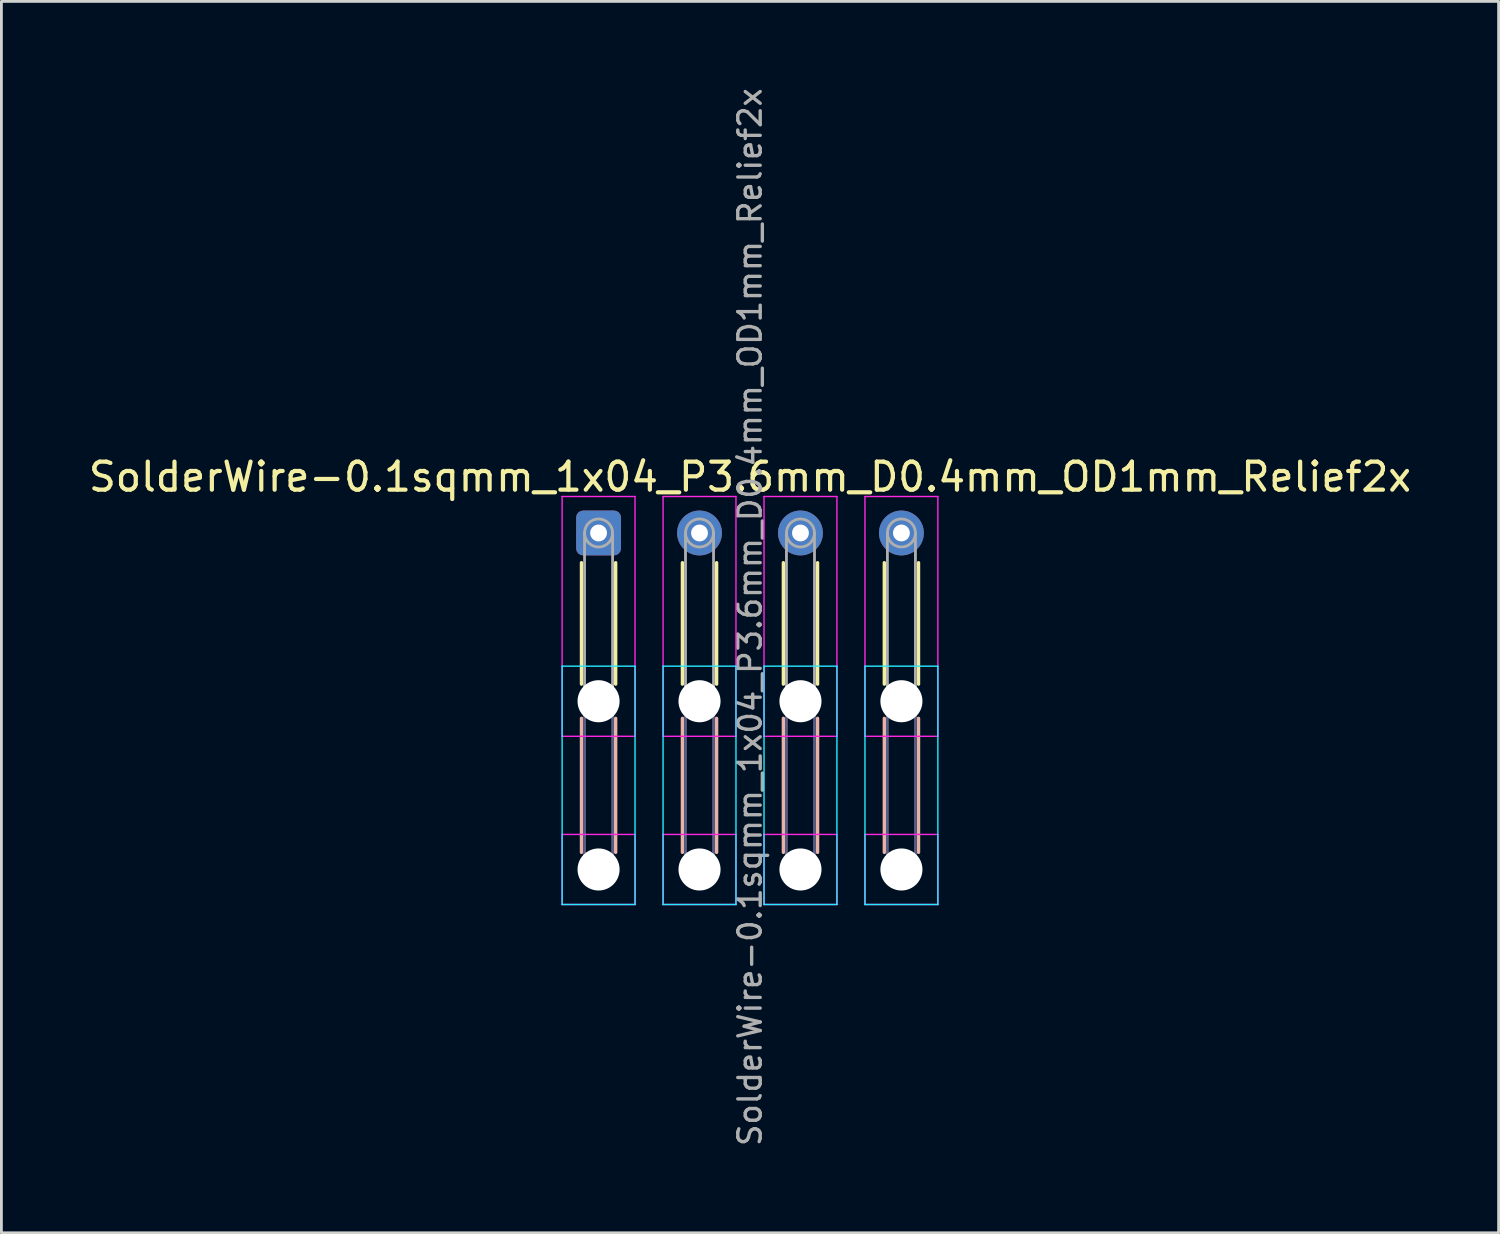
<source format=kicad_pcb>
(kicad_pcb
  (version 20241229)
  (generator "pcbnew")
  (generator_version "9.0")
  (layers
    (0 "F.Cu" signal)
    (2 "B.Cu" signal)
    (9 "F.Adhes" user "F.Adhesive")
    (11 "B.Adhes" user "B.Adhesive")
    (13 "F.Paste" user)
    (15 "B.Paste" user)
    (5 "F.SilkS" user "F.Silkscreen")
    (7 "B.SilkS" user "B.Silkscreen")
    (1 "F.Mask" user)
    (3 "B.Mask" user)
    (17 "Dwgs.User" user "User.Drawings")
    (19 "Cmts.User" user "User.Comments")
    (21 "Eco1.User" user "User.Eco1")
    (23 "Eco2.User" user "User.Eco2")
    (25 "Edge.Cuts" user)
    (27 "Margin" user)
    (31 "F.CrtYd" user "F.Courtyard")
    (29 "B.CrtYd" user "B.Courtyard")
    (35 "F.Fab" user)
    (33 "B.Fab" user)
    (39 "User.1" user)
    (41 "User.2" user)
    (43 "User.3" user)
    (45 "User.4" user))
  (footprint "SolderWire-0.1sqmm_1x04_P3.6mm_D0.4mm_OD1mm_Relief2x"
    (layer "F.Cu")
    (at 18.296 15.957)
    (property "Reference" "SolderWire-0.1sqmm_1x04_P3.6mm_D0.4mm_OD1mm_Relief2x" (at 5.4 -2 0) (layer "F.SilkS") (effects (font (size 1 1) (thickness 0.15))))
    (attr exclude_from_pos_files exclude_from_bom)
    (fp_line (start -0.61 1.06) (end -0.61 5.39) (stroke (width 0.12) (type solid)) (layer "F.SilkS"))
    (fp_line (start 0.61 1.06) (end 0.61 5.39) (stroke (width 0.12) (type solid)) (layer "F.SilkS"))
    (fp_line (start 2.99 1.06) (end 2.99 5.39) (stroke (width 0.12) (type solid)) (layer "F.SilkS"))
    (fp_line (start 4.21 1.06) (end 4.21 5.39) (stroke (width 0.12) (type solid)) (layer "F.SilkS"))
    (fp_line (start 6.59 1.06) (end 6.59 5.39) (stroke (width 0.12) (type solid)) (layer "F.SilkS"))
    (fp_line (start 7.81 1.06) (end 7.81 5.39) (stroke (width 0.12) (type solid)) (layer "F.SilkS"))
    (fp_line (start 10.19 1.06) (end 10.19 5.39) (stroke (width 0.12) (type solid)) (layer "F.SilkS"))
    (fp_line (start 11.41 1.06) (end 11.41 5.39) (stroke (width 0.12) (type solid)) (layer "F.SilkS"))
    (fp_line (start -0.61 6.61) (end -0.61 11.39) (stroke (width 0.12) (type solid)) (layer "B.SilkS"))
    (fp_line (start 0.61 6.61) (end 0.61 11.39) (stroke (width 0.12) (type solid)) (layer "B.SilkS"))
    (fp_line (start 2.99 6.61) (end 2.99 11.39) (stroke (width 0.12) (type solid)) (layer "B.SilkS"))
    (fp_line (start 4.21 6.61) (end 4.21 11.39) (stroke (width 0.12) (type solid)) (layer "B.SilkS"))
    (fp_line (start 6.59 6.61) (end 6.59 11.39) (stroke (width 0.12) (type solid)) (layer "B.SilkS"))
    (fp_line (start 7.81 6.61) (end 7.81 11.39) (stroke (width 0.12) (type solid)) (layer "B.SilkS"))
    (fp_line (start 10.19 6.61) (end 10.19 11.39) (stroke (width 0.12) (type solid)) (layer "B.SilkS"))
    (fp_line (start 11.41 6.61) (end 11.41 11.39) (stroke (width 0.12) (type solid)) (layer "B.SilkS"))
    (fp_line (start -1.3 4.75) (end -1.3 13.25) (stroke (width 0.05) (type solid)) (layer "B.CrtYd"))
    (fp_line (start -1.3 13.25) (end 1.3 13.25) (stroke (width 0.05) (type solid)) (layer "B.CrtYd"))
    (fp_line (start 1.3 4.75) (end -1.3 4.75) (stroke (width 0.05) (type solid)) (layer "B.CrtYd"))
    (fp_line (start 1.3 13.25) (end 1.3 4.75) (stroke (width 0.05) (type solid)) (layer "B.CrtYd"))
    (fp_line (start 2.3 4.75) (end 2.3 13.25) (stroke (width 0.05) (type solid)) (layer "B.CrtYd"))
    (fp_line (start 2.3 13.25) (end 4.9 13.25) (stroke (width 0.05) (type solid)) (layer "B.CrtYd"))
    (fp_line (start 4.9 4.75) (end 2.3 4.75) (stroke (width 0.05) (type solid)) (layer "B.CrtYd"))
    (fp_line (start 4.9 13.25) (end 4.9 4.75) (stroke (width 0.05) (type solid)) (layer "B.CrtYd"))
    (fp_line (start 5.9 4.75) (end 5.9 13.25) (stroke (width 0.05) (type solid)) (layer "B.CrtYd"))
    (fp_line (start 5.9 13.25) (end 8.5 13.25) (stroke (width 0.05) (type solid)) (layer "B.CrtYd"))
    (fp_line (start 8.5 4.75) (end 5.9 4.75) (stroke (width 0.05) (type solid)) (layer "B.CrtYd"))
    (fp_line (start 8.5 13.25) (end 8.5 4.75) (stroke (width 0.05) (type solid)) (layer "B.CrtYd"))
    (fp_line (start 9.5 4.75) (end 9.5 13.25) (stroke (width 0.05) (type solid)) (layer "B.CrtYd"))
    (fp_line (start 9.5 13.25) (end 12.1 13.25) (stroke (width 0.05) (type solid)) (layer "B.CrtYd"))
    (fp_line (start 12.1 4.75) (end 9.5 4.75) (stroke (width 0.05) (type solid)) (layer "B.CrtYd"))
    (fp_line (start 12.1 13.25) (end 12.1 4.75) (stroke (width 0.05) (type solid)) (layer "B.CrtYd"))
    (fp_line (start -1.3 -1.3) (end -1.3 7.25) (stroke (width 0.05) (type solid)) (layer "F.CrtYd"))
    (fp_line (start -1.3 7.25) (end 1.3 7.25) (stroke (width 0.05) (type solid)) (layer "F.CrtYd"))
    (fp_line (start -1.3 10.75) (end -1.3 13.25) (stroke (width 0.05) (type solid)) (layer "F.CrtYd"))
    (fp_line (start -1.3 13.25) (end 1.3 13.25) (stroke (width 0.05) (type solid)) (layer "F.CrtYd"))
    (fp_line (start 1.3 -1.3) (end -1.3 -1.3) (stroke (width 0.05) (type solid)) (layer "F.CrtYd"))
    (fp_line (start 1.3 7.25) (end 1.3 -1.3) (stroke (width 0.05) (type solid)) (layer "F.CrtYd"))
    (fp_line (start 1.3 10.75) (end -1.3 10.75) (stroke (width 0.05) (type solid)) (layer "F.CrtYd"))
    (fp_line (start 1.3 13.25) (end 1.3 10.75) (stroke (width 0.05) (type solid)) (layer "F.CrtYd"))
    (fp_line (start 2.3 -1.3) (end 2.3 7.25) (stroke (width 0.05) (type solid)) (layer "F.CrtYd"))
    (fp_line (start 2.3 7.25) (end 4.9 7.25) (stroke (width 0.05) (type solid)) (layer "F.CrtYd"))
    (fp_line (start 2.3 10.75) (end 2.3 13.25) (stroke (width 0.05) (type solid)) (layer "F.CrtYd"))
    (fp_line (start 2.3 13.25) (end 4.9 13.25) (stroke (width 0.05) (type solid)) (layer "F.CrtYd"))
    (fp_line (start 4.9 -1.3) (end 2.3 -1.3) (stroke (width 0.05) (type solid)) (layer "F.CrtYd"))
    (fp_line (start 4.9 7.25) (end 4.9 -1.3) (stroke (width 0.05) (type solid)) (layer "F.CrtYd"))
    (fp_line (start 4.9 10.75) (end 2.3 10.75) (stroke (width 0.05) (type solid)) (layer "F.CrtYd"))
    (fp_line (start 4.9 13.25) (end 4.9 10.75) (stroke (width 0.05) (type solid)) (layer "F.CrtYd"))
    (fp_line (start 5.9 -1.3) (end 5.9 7.25) (stroke (width 0.05) (type solid)) (layer "F.CrtYd"))
    (fp_line (start 5.9 7.25) (end 8.5 7.25) (stroke (width 0.05) (type solid)) (layer "F.CrtYd"))
    (fp_line (start 5.9 10.75) (end 5.9 13.25) (stroke (width 0.05) (type solid)) (layer "F.CrtYd"))
    (fp_line (start 5.9 13.25) (end 8.5 13.25) (stroke (width 0.05) (type solid)) (layer "F.CrtYd"))
    (fp_line (start 8.5 -1.3) (end 5.9 -1.3) (stroke (width 0.05) (type solid)) (layer "F.CrtYd"))
    (fp_line (start 8.5 7.25) (end 8.5 -1.3) (stroke (width 0.05) (type solid)) (layer "F.CrtYd"))
    (fp_line (start 8.5 10.75) (end 5.9 10.75) (stroke (width 0.05) (type solid)) (layer "F.CrtYd"))
    (fp_line (start 8.5 13.25) (end 8.5 10.75) (stroke (width 0.05) (type solid)) (layer "F.CrtYd"))
    (fp_line (start 9.5 -1.3) (end 9.5 7.25) (stroke (width 0.05) (type solid)) (layer "F.CrtYd"))
    (fp_line (start 9.5 7.25) (end 12.1 7.25) (stroke (width 0.05) (type solid)) (layer "F.CrtYd"))
    (fp_line (start 9.5 10.75) (end 9.5 13.25) (stroke (width 0.05) (type solid)) (layer "F.CrtYd"))
    (fp_line (start 9.5 13.25) (end 12.1 13.25) (stroke (width 0.05) (type solid)) (layer "F.CrtYd"))
    (fp_line (start 12.1 -1.3) (end 9.5 -1.3) (stroke (width 0.05) (type solid)) (layer "F.CrtYd"))
    (fp_line (start 12.1 7.25) (end 12.1 -1.3) (stroke (width 0.05) (type solid)) (layer "F.CrtYd"))
    (fp_line (start 12.1 10.75) (end 9.5 10.75) (stroke (width 0.05) (type solid)) (layer "F.CrtYd"))
    (fp_line (start 12.1 13.25) (end 12.1 10.75) (stroke (width 0.05) (type solid)) (layer "F.CrtYd"))
    (fp_line (start -0.5 6) (end -0.5 12) (stroke (width 0.1) (type solid)) (layer "B.Fab"))
    (fp_line (start 0.5 6) (end 0.5 12) (stroke (width 0.1) (type solid)) (layer "B.Fab"))
    (fp_line (start 3.1 6) (end 3.1 12) (stroke (width 0.1) (type solid)) (layer "B.Fab"))
    (fp_line (start 4.1 6) (end 4.1 12) (stroke (width 0.1) (type solid)) (layer "B.Fab"))
    (fp_line (start 6.7 6) (end 6.7 12) (stroke (width 0.1) (type solid)) (layer "B.Fab"))
    (fp_line (start 7.7 6) (end 7.7 12) (stroke (width 0.1) (type solid)) (layer "B.Fab"))
    (fp_line (start 10.3 6) (end 10.3 12) (stroke (width 0.1) (type solid)) (layer "B.Fab"))
    (fp_line (start 11.3 6) (end 11.3 12) (stroke (width 0.1) (type solid)) (layer "B.Fab"))
    (fp_circle (center 0 6) (end 0.5 6) (stroke (width 0.1) (type solid)) (fill no) (layer "B.Fab"))
    (fp_circle (center 0 12) (end 0.5 12) (stroke (width 0.1) (type solid)) (fill no) (layer "B.Fab"))
    (fp_circle (center 3.6 6) (end 4.1 6) (stroke (width 0.1) (type solid)) (fill no) (layer "B.Fab"))
    (fp_circle (center 3.6 12) (end 4.1 12) (stroke (width 0.1) (type solid)) (fill no) (layer "B.Fab"))
    (fp_circle (center 7.2 6) (end 7.7 6) (stroke (width 0.1) (type solid)) (fill no) (layer "B.Fab"))
    (fp_circle (center 7.2 12) (end 7.7 12) (stroke (width 0.1) (type solid)) (fill no) (layer "B.Fab"))
    (fp_circle (center 10.8 6) (end 11.3 6) (stroke (width 0.1) (type solid)) (fill no) (layer "B.Fab"))
    (fp_circle (center 10.8 12) (end 11.3 12) (stroke (width 0.1) (type solid)) (fill no) (layer "B.Fab"))
    (fp_line (start -0.5 0) (end -0.5 6) (stroke (width 0.1) (type solid)) (layer "F.Fab"))
    (fp_line (start 0.5 0) (end 0.5 6) (stroke (width 0.1) (type solid)) (layer "F.Fab"))
    (fp_line (start 3.1 0) (end 3.1 6) (stroke (width 0.1) (type solid)) (layer "F.Fab"))
    (fp_line (start 4.1 0) (end 4.1 6) (stroke (width 0.1) (type solid)) (layer "F.Fab"))
    (fp_line (start 6.7 0) (end 6.7 6) (stroke (width 0.1) (type solid)) (layer "F.Fab"))
    (fp_line (start 7.7 0) (end 7.7 6) (stroke (width 0.1) (type solid)) (layer "F.Fab"))
    (fp_line (start 10.3 0) (end 10.3 6) (stroke (width 0.1) (type solid)) (layer "F.Fab"))
    (fp_line (start 11.3 0) (end 11.3 6) (stroke (width 0.1) (type solid)) (layer "F.Fab"))
    (fp_circle (center 0 0) (end 0.5 0) (stroke (width 0.1) (type solid)) (fill no) (layer "F.Fab"))
    (fp_circle (center 0 6) (end 0.5 6) (stroke (width 0.1) (type solid)) (fill no) (layer "F.Fab"))
    (fp_circle (center 0 12) (end 0.5 12) (stroke (width 0.1) (type solid)) (fill no) (layer "F.Fab"))
    (fp_circle (center 3.6 0) (end 4.1 0) (stroke (width 0.1) (type solid)) (fill no) (layer "F.Fab"))
    (fp_circle (center 3.6 6) (end 4.1 6) (stroke (width 0.1) (type solid)) (fill no) (layer "F.Fab"))
    (fp_circle (center 3.6 12) (end 4.1 12) (stroke (width 0.1) (type solid)) (fill no) (layer "F.Fab"))
    (fp_circle (center 7.2 0) (end 7.7 0) (stroke (width 0.1) (type solid)) (fill no) (layer "F.Fab"))
    (fp_circle (center 7.2 6) (end 7.7 6) (stroke (width 0.1) (type solid)) (fill no) (layer "F.Fab"))
    (fp_circle (center 7.2 12) (end 7.7 12) (stroke (width 0.1) (type solid)) (fill no) (layer "F.Fab"))
    (fp_circle (center 10.8 0) (end 11.3 0) (stroke (width 0.1) (type solid)) (fill no) (layer "F.Fab"))
    (fp_circle (center 10.8 6) (end 11.3 6) (stroke (width 0.1) (type solid)) (fill no) (layer "F.Fab"))
    (fp_circle (center 10.8 12) (end 11.3 12) (stroke (width 0.1) (type solid)) (fill no) (layer "F.Fab"))
    (fp_text user "${REFERENCE}" (at 5.4 3 90) (layer "F.Fab") (effects (font (size 0.8 0.8) (thickness 0.12))))
    (pad "" np_thru_hole circle (at 0 6) (size 1.5 1.5) (drill 1.5) (layers "*.Cu" "*.Mask"))
    (pad "" np_thru_hole circle (at 0 12) (size 1.5 1.5) (drill 1.5) (layers "*.Cu" "*.Mask"))
    (pad "" np_thru_hole circle (at 3.6 6) (size 1.5 1.5) (drill 1.5) (layers "*.Cu" "*.Mask"))
    (pad "" np_thru_hole circle (at 3.6 12) (size 1.5 1.5) (drill 1.5) (layers "*.Cu" "*.Mask"))
    (pad "" np_thru_hole circle (at 7.2 6) (size 1.5 1.5) (drill 1.5) (layers "*.Cu" "*.Mask"))
    (pad "" np_thru_hole circle (at 7.2 12) (size 1.5 1.5) (drill 1.5) (layers "*.Cu" "*.Mask"))
    (pad "" np_thru_hole circle (at 10.8 6) (size 1.5 1.5) (drill 1.5) (layers "*.Cu" "*.Mask"))
    (pad "" np_thru_hole circle (at 10.8 12) (size 1.5 1.5) (drill 1.5) (layers "*.Cu" "*.Mask"))
    (pad "1" thru_hole roundrect (at 0 0) (size 1.6 1.6) (drill 0.6) (layers "*.Cu" "*.Mask") (roundrect_rratio 0.156))
    (pad "2" thru_hole circle (at 3.6 0) (size 1.6 1.6) (drill 0.6) (layers "*.Cu" "*.Mask"))
    (pad "3" thru_hole circle (at 7.2 0) (size 1.6 1.6) (drill 0.6) (layers "*.Cu" "*.Mask"))
    (pad "4" thru_hole circle (at 10.8 0) (size 1.6 1.6) (drill 0.6) (layers "*.Cu" "*.Mask")))
  (gr_rect
    (start -3 -3)
    (end 50.393 40.914)
    (stroke (width 0.1) (type default))
    (fill no)
    (layer "Edge.Cuts")))
</source>
